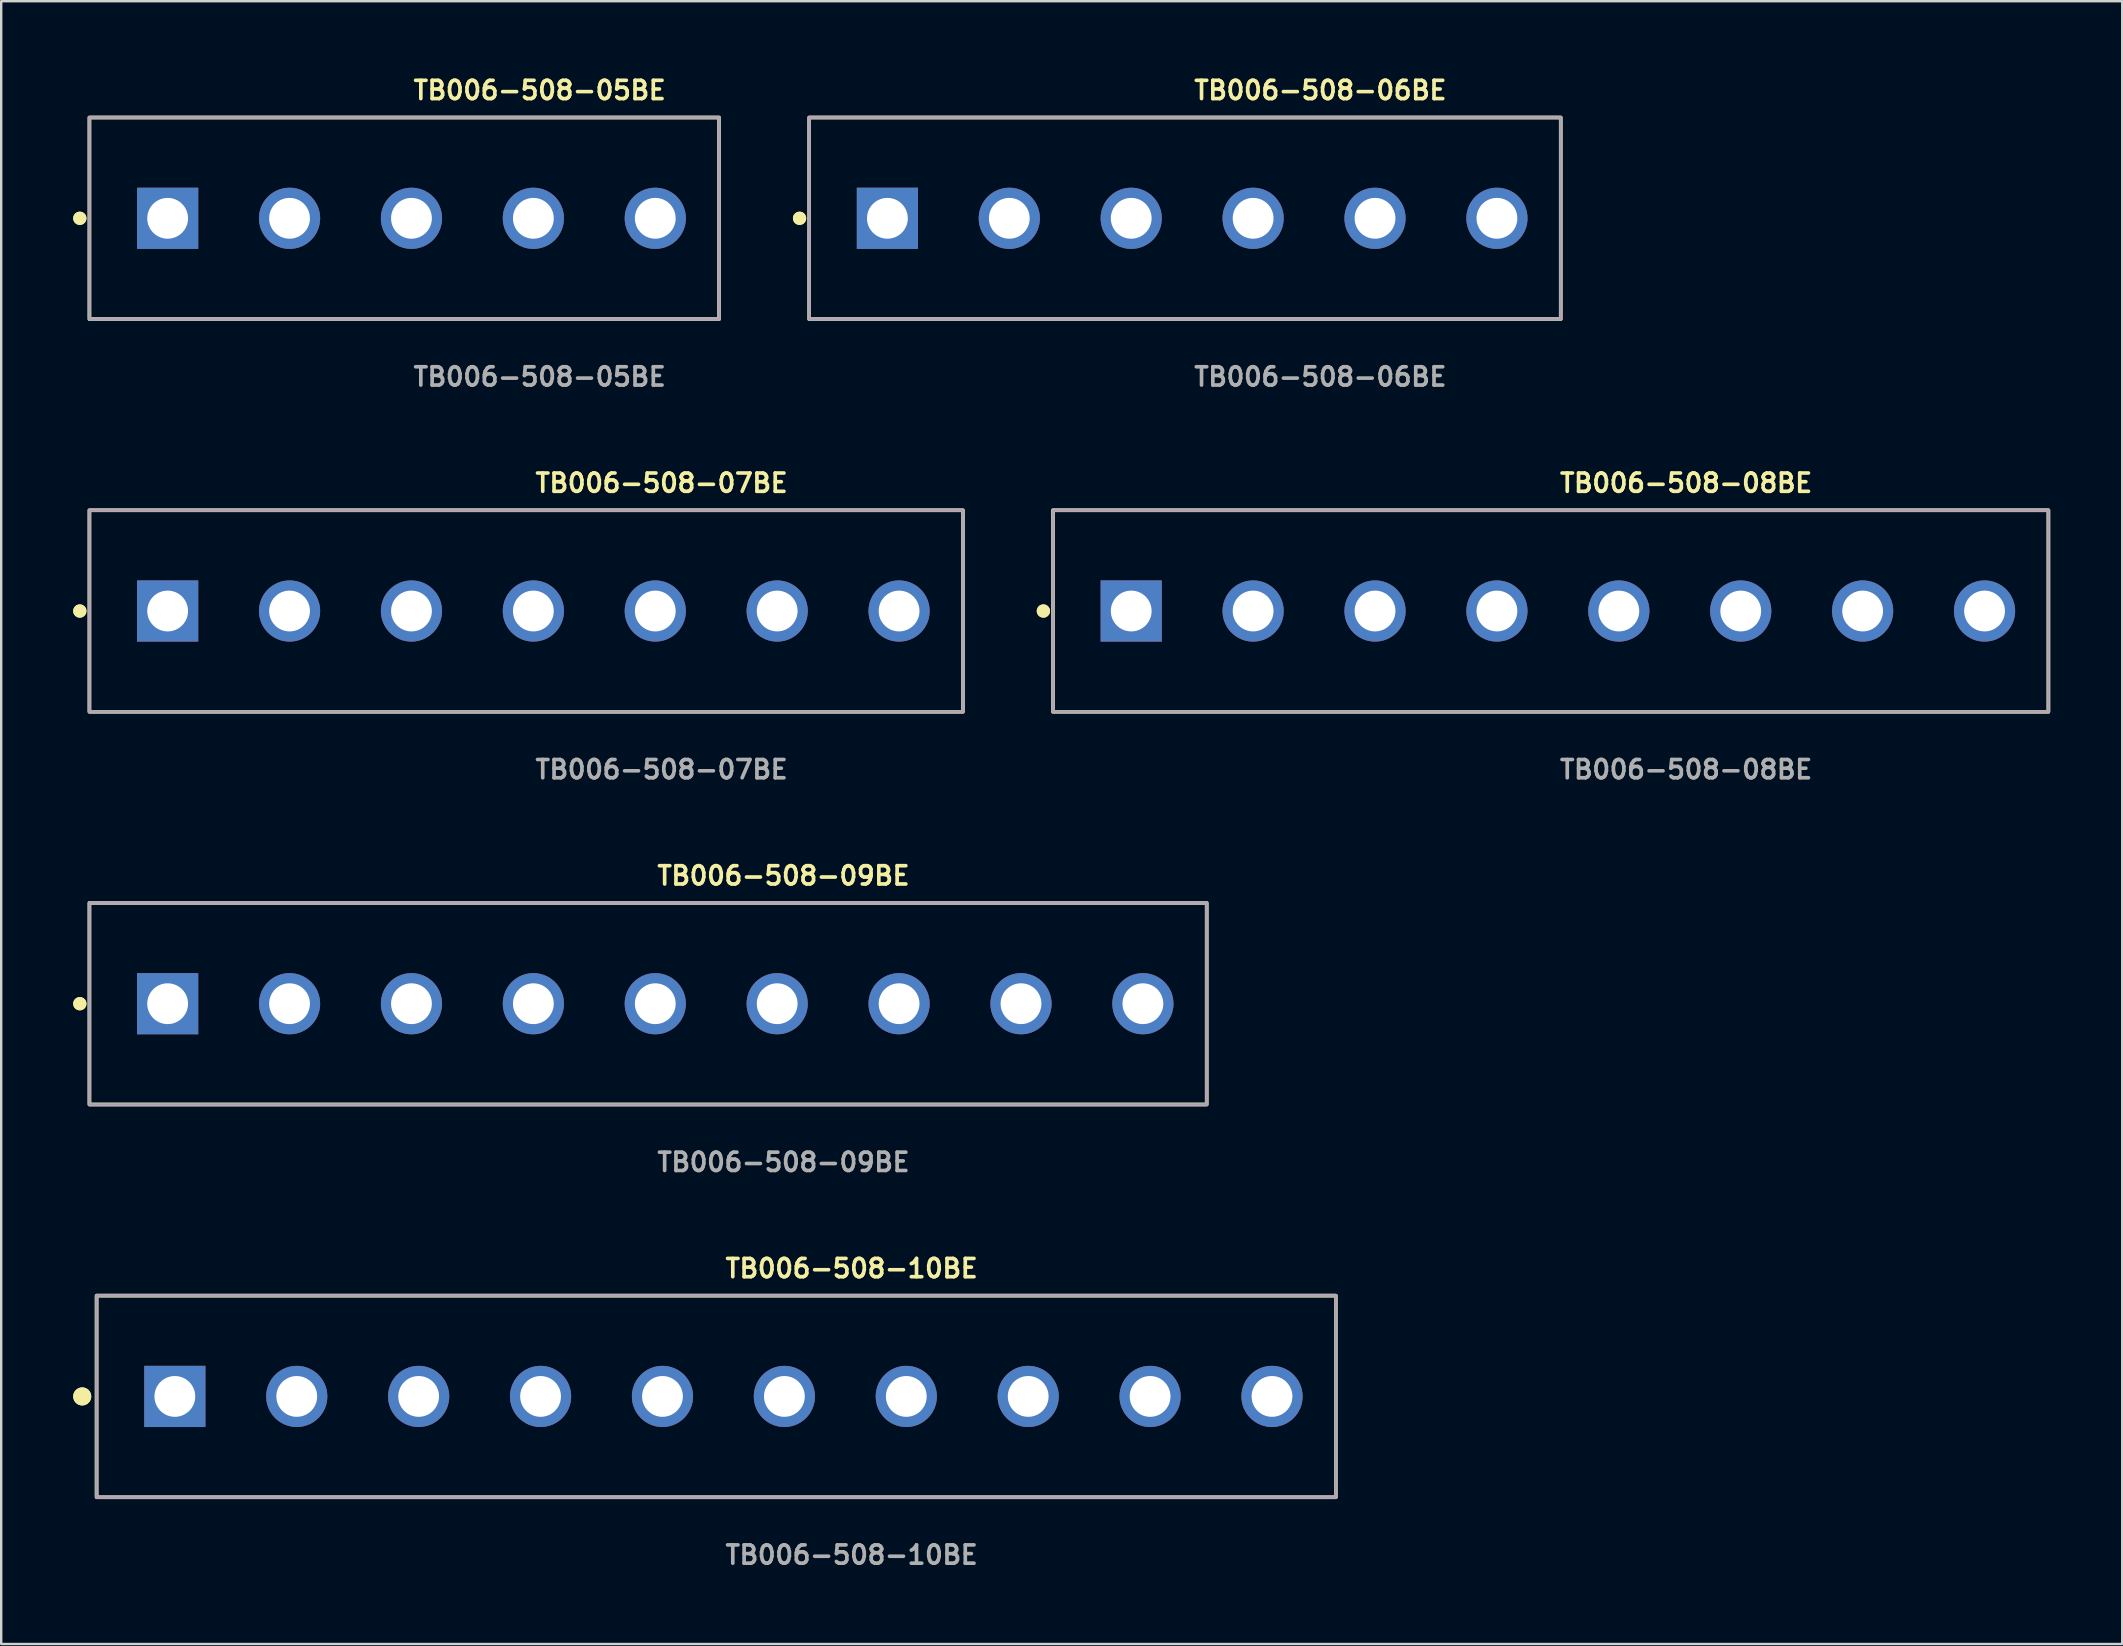
<source format=kicad_pcb>
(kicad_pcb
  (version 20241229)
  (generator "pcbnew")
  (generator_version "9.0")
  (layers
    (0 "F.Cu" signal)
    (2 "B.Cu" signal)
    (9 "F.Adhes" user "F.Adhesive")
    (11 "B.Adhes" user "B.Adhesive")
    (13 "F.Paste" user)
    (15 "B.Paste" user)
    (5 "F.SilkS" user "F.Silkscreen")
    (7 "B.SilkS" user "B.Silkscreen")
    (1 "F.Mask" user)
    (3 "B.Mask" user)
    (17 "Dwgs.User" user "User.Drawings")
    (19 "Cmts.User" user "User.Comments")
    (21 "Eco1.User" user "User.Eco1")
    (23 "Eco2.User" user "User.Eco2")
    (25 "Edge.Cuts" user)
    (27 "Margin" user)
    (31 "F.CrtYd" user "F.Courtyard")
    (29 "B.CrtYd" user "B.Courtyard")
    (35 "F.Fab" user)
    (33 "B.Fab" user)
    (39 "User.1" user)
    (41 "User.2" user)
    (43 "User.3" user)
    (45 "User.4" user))
  (footprint "TB006-508-08BE"
    (layer "F.Cu")
    (at 61.869 22.412)
    (property "Reference" "TB006-508-08BE" (at 0 -5.334 0) (unlocked yes) (layer "F.SilkS") (effects (font (size 0.762 0.762) (thickness 0.152)) (justify left)))
    (fp_rect (start -21.04 4.2) (end 20.44 -4.2) (stroke (width 0.152) (type solid)) (fill no) (layer "F.SilkS"))
    (fp_circle (center -21.44 0) (end -21.64 0) (stroke (width 0.152) (type solid)) (fill yes) (layer "F.SilkS"))
    (fp_circle (center -21.44 0) (end -21.64 0) (stroke (width 0.152) (type solid)) (fill yes) (layer "F.SilkS"))
    (fp_rect (start -21.04 4.2) (end 20.44 -4.2) (stroke (width 0.006) (type solid)) (fill no) (layer "F.CrtYd"))
    (fp_rect (start -21.04 4.2) (end 20.44 -4.2) (stroke (width 0.152) (type solid)) (fill no) (layer "F.Fab"))
    (fp_text user "${REFERENCE}" (at 0 6.604 0) (unlocked yes) (layer "F.Fab") (effects (font (size 0.762 0.762) (thickness 0.152)) (justify left)))
    (pad "1" thru_hole rect (at -17.78 0) (size 2.55 2.55) (drill 1.7) (layers "*.Cu" "*.Mask"))
    (pad "2" thru_hole circle (at -12.7 0) (size 2.55 2.55) (drill 1.7) (layers "*.Cu" "*.Mask"))
    (pad "3" thru_hole circle (at -7.62 0) (size 2.55 2.55) (drill 1.7) (layers "*.Cu" "*.Mask"))
    (pad "4" thru_hole circle (at -2.54 0) (size 2.55 2.55) (drill 1.7) (layers "*.Cu" "*.Mask"))
    (pad "5" thru_hole circle (at 2.54 0) (size 2.55 2.55) (drill 1.7) (layers "*.Cu" "*.Mask"))
    (pad "6" thru_hole circle (at 7.62 0) (size 2.55 2.55) (drill 1.7) (layers "*.Cu" "*.Mask"))
    (pad "7" thru_hole circle (at 12.7 0) (size 2.55 2.55) (drill 1.7) (layers "*.Cu" "*.Mask"))
    (pad "8" thru_hole circle (at 17.78 0) (size 2.55 2.55) (drill 1.7) (layers "*.Cu" "*.Mask")))
  (footprint "TB006-508-10BE"
    (layer "F.Cu")
    (at 27.096 55.141)
    (property "Reference" "TB006-508-10BE" (at 0 -5.334 0) (unlocked yes) (layer "F.SilkS") (effects (font (size 0.762 0.762) (thickness 0.152)) (justify left)))
    (fp_rect (start -26.12 4.2) (end 25.52 -4.2) (stroke (width 0.152) (type solid)) (fill no) (layer "F.SilkS"))
    (fp_circle (center -26.72 0) (end -27.02 0) (stroke (width 0.152) (type solid)) (fill yes) (layer "F.SilkS"))
    (fp_circle (center -26.72 0) (end -27.02 0) (stroke (width 0.152) (type solid)) (fill yes) (layer "F.SilkS"))
    (fp_rect (start -26.12 4.2) (end 25.52 -4.2) (stroke (width 0.006) (type solid)) (fill no) (layer "F.CrtYd"))
    (fp_rect (start -26.12 4.2) (end 25.52 -4.2) (stroke (width 0.152) (type solid)) (fill no) (layer "F.Fab"))
    (fp_text user "${REFERENCE}" (at 0 6.604 0) (unlocked yes) (layer "F.Fab") (effects (font (size 0.762 0.762) (thickness 0.152)) (justify left)))
    (pad "1" thru_hole rect (at -22.86 0) (size 2.55 2.55) (drill 1.7) (layers "*.Cu" "*.Mask"))
    (pad "2" thru_hole circle (at -17.78 0) (size 2.55 2.55) (drill 1.7) (layers "*.Cu" "*.Mask"))
    (pad "3" thru_hole circle (at -12.7 0) (size 2.55 2.55) (drill 1.7) (layers "*.Cu" "*.Mask"))
    (pad "4" thru_hole circle (at -7.62 0) (size 2.55 2.55) (drill 1.7) (layers "*.Cu" "*.Mask"))
    (pad "5" thru_hole circle (at -2.54 0) (size 2.55 2.55) (drill 1.7) (layers "*.Cu" "*.Mask"))
    (pad "6" thru_hole circle (at 2.54 0) (size 2.55 2.55) (drill 1.7) (layers "*.Cu" "*.Mask"))
    (pad "7" thru_hole circle (at 7.62 0) (size 2.55 2.55) (drill 1.7) (layers "*.Cu" "*.Mask"))
    (pad "8" thru_hole circle (at 12.7 0) (size 2.55 2.55) (drill 1.7) (layers "*.Cu" "*.Mask"))
    (pad "9" thru_hole circle (at 17.78 0) (size 2.55 2.55) (drill 1.7) (layers "*.Cu" "*.Mask"))
    (pad "10" thru_hole circle (at 22.86 0) (size 2.55 2.55) (drill 1.7) (layers "*.Cu" "*.Mask")))
  (footprint "TB006-508-07BE"
    (layer "F.Cu")
    (at 19.176 22.412)
    (property "Reference" "TB006-508-07BE" (at 0 -5.334 0) (unlocked yes) (layer "F.SilkS") (effects (font (size 0.762 0.762) (thickness 0.152)) (justify left)))
    (fp_rect (start -18.5 4.2) (end 17.9 -4.2) (stroke (width 0.152) (type solid)) (fill no) (layer "F.SilkS"))
    (fp_circle (center -18.9 0) (end -19.1 0) (stroke (width 0.152) (type solid)) (fill yes) (layer "F.SilkS"))
    (fp_circle (center -18.9 0) (end -19.1 0) (stroke (width 0.152) (type solid)) (fill yes) (layer "F.SilkS"))
    (fp_rect (start -18.5 4.2) (end 17.9 -4.2) (stroke (width 0.006) (type solid)) (fill no) (layer "F.CrtYd"))
    (fp_rect (start -18.5 4.2) (end 17.9 -4.2) (stroke (width 0.152) (type solid)) (fill no) (layer "F.Fab"))
    (fp_text user "${REFERENCE}" (at 0 6.604 0) (unlocked yes) (layer "F.Fab") (effects (font (size 0.762 0.762) (thickness 0.152)) (justify left)))
    (pad "1" thru_hole rect (at -15.24 0) (size 2.55 2.55) (drill 1.7) (layers "*.Cu" "*.Mask"))
    (pad "2" thru_hole circle (at -10.16 0) (size 2.55 2.55) (drill 1.7) (layers "*.Cu" "*.Mask"))
    (pad "3" thru_hole circle (at -5.08 0) (size 2.55 2.55) (drill 1.7) (layers "*.Cu" "*.Mask"))
    (pad "4" thru_hole circle (at 0 0) (size 2.55 2.55) (drill 1.7) (layers "*.Cu" "*.Mask"))
    (pad "5" thru_hole circle (at 5.08 0) (size 2.55 2.55) (drill 1.7) (layers "*.Cu" "*.Mask"))
    (pad "6" thru_hole circle (at 10.16 0) (size 2.55 2.55) (drill 1.7) (layers "*.Cu" "*.Mask"))
    (pad "7" thru_hole circle (at 15.24 0) (size 2.55 2.55) (drill 1.7) (layers "*.Cu" "*.Mask")))
  (footprint "TB006-508-09BE"
    (layer "F.Cu")
    (at 24.256 38.776)
    (property "Reference" "TB006-508-09BE" (at 0 -5.334 0) (unlocked yes) (layer "F.SilkS") (effects (font (size 0.762 0.762) (thickness 0.152)) (justify left)))
    (fp_rect (start -23.58 4.2) (end 22.98 -4.2) (stroke (width 0.152) (type solid)) (fill no) (layer "F.SilkS"))
    (fp_circle (center -23.98 0) (end -24.18 0) (stroke (width 0.152) (type solid)) (fill yes) (layer "F.SilkS"))
    (fp_circle (center -23.98 0) (end -24.18 0) (stroke (width 0.152) (type solid)) (fill yes) (layer "F.SilkS"))
    (fp_rect (start -23.58 4.2) (end 22.98 -4.2) (stroke (width 0.006) (type solid)) (fill no) (layer "F.CrtYd"))
    (fp_rect (start -23.58 4.2) (end 22.98 -4.2) (stroke (width 0.152) (type solid)) (fill no) (layer "F.Fab"))
    (fp_text user "${REFERENCE}" (at 0 6.604 0) (unlocked yes) (layer "F.Fab") (effects (font (size 0.762 0.762) (thickness 0.152)) (justify left)))
    (pad "1" thru_hole rect (at -20.32 0) (size 2.55 2.55) (drill 1.7) (layers "*.Cu" "*.Mask"))
    (pad "2" thru_hole circle (at -15.24 0) (size 2.55 2.55) (drill 1.7) (layers "*.Cu" "*.Mask"))
    (pad "3" thru_hole circle (at -10.16 0) (size 2.55 2.55) (drill 1.7) (layers "*.Cu" "*.Mask"))
    (pad "4" thru_hole circle (at -5.08 0) (size 2.55 2.55) (drill 1.7) (layers "*.Cu" "*.Mask"))
    (pad "5" thru_hole circle (at 0 0) (size 2.55 2.55) (drill 1.7) (layers "*.Cu" "*.Mask"))
    (pad "6" thru_hole circle (at 5.08 0) (size 2.55 2.55) (drill 1.7) (layers "*.Cu" "*.Mask"))
    (pad "7" thru_hole circle (at 10.16 0) (size 2.55 2.55) (drill 1.7) (layers "*.Cu" "*.Mask"))
    (pad "8" thru_hole circle (at 15.24 0) (size 2.55 2.55) (drill 1.7) (layers "*.Cu" "*.Mask"))
    (pad "9" thru_hole circle (at 20.32 0) (size 2.55 2.55) (drill 1.7) (layers "*.Cu" "*.Mask")))
  (footprint "TB006-508-06BE"
    (layer "F.Cu")
    (at 46.629 6.047)
    (property "Reference" "TB006-508-06BE" (at 0 -5.334 0) (unlocked yes) (layer "F.SilkS") (effects (font (size 0.762 0.762) (thickness 0.152)) (justify left)))
    (fp_rect (start -15.96 4.2) (end 15.36 -4.2) (stroke (width 0.152) (type solid)) (fill no) (layer "F.SilkS"))
    (fp_circle (center -16.36 0) (end -16.56 0) (stroke (width 0.152) (type solid)) (fill yes) (layer "F.SilkS"))
    (fp_circle (center -16.36 0) (end -16.56 0) (stroke (width 0.152) (type solid)) (fill yes) (layer "F.SilkS"))
    (fp_rect (start -15.96 4.2) (end 15.36 -4.2) (stroke (width 0.006) (type solid)) (fill no) (layer "F.CrtYd"))
    (fp_rect (start -15.96 4.2) (end 15.36 -4.2) (stroke (width 0.152) (type solid)) (fill no) (layer "F.Fab"))
    (fp_text user "${REFERENCE}" (at 0 6.604 0) (unlocked yes) (layer "F.Fab") (effects (font (size 0.762 0.762) (thickness 0.152)) (justify left)))
    (pad "1" thru_hole rect (at -12.7 0) (size 2.55 2.55) (drill 1.7) (layers "*.Cu" "*.Mask"))
    (pad "2" thru_hole circle (at -7.62 0) (size 2.55 2.55) (drill 1.7) (layers "*.Cu" "*.Mask"))
    (pad "3" thru_hole circle (at -2.54 0) (size 2.55 2.55) (drill 1.7) (layers "*.Cu" "*.Mask"))
    (pad "4" thru_hole circle (at 2.54 0) (size 2.55 2.55) (drill 1.7) (layers "*.Cu" "*.Mask"))
    (pad "5" thru_hole circle (at 7.62 0) (size 2.55 2.55) (drill 1.7) (layers "*.Cu" "*.Mask"))
    (pad "6" thru_hole circle (at 12.7 0) (size 2.55 2.55) (drill 1.7) (layers "*.Cu" "*.Mask")))
  (footprint "TB006-508-05BE"
    (layer "F.Cu")
    (at 14.096 6.047)
    (property "Reference" "TB006-508-05BE" (at 0 -5.334 0) (unlocked yes) (layer "F.SilkS") (effects (font (size 0.762 0.762) (thickness 0.152)) (justify left)))
    (fp_rect (start -13.42 4.2) (end 12.82 -4.2) (stroke (width 0.152) (type solid)) (fill no) (layer "F.SilkS"))
    (fp_circle (center -13.82 0) (end -14.02 0) (stroke (width 0.152) (type solid)) (fill yes) (layer "F.SilkS"))
    (fp_circle (center -13.82 0) (end -14.02 0) (stroke (width 0.152) (type solid)) (fill yes) (layer "F.SilkS"))
    (fp_rect (start -13.42 4.2) (end 12.82 -4.2) (stroke (width 0.006) (type solid)) (fill no) (layer "F.CrtYd"))
    (fp_rect (start -13.42 4.2) (end 12.82 -4.2) (stroke (width 0.152) (type solid)) (fill no) (layer "F.Fab"))
    (fp_text user "${REFERENCE}" (at 0 6.604 0) (unlocked yes) (layer "F.Fab") (effects (font (size 0.762 0.762) (thickness 0.152)) (justify left)))
    (pad "1" thru_hole rect (at -10.16 0) (size 2.55 2.55) (drill 1.7) (layers "*.Cu" "*.Mask"))
    (pad "2" thru_hole circle (at -5.08 0) (size 2.55 2.55) (drill 1.7) (layers "*.Cu" "*.Mask"))
    (pad "3" thru_hole circle (at 0 0) (size 2.55 2.55) (drill 1.7) (layers "*.Cu" "*.Mask"))
    (pad "4" thru_hole circle (at 5.08 0) (size 2.55 2.55) (drill 1.7) (layers "*.Cu" "*.Mask"))
    (pad "5" thru_hole circle (at 10.16 0) (size 2.55 2.55) (drill 1.7) (layers "*.Cu" "*.Mask")))
  (gr_rect
    (start -3 -3)
    (end 85.385 65.458)
    (stroke (width 0.1) (type default))
    (fill no)
    (layer "Edge.Cuts")))
</source>
